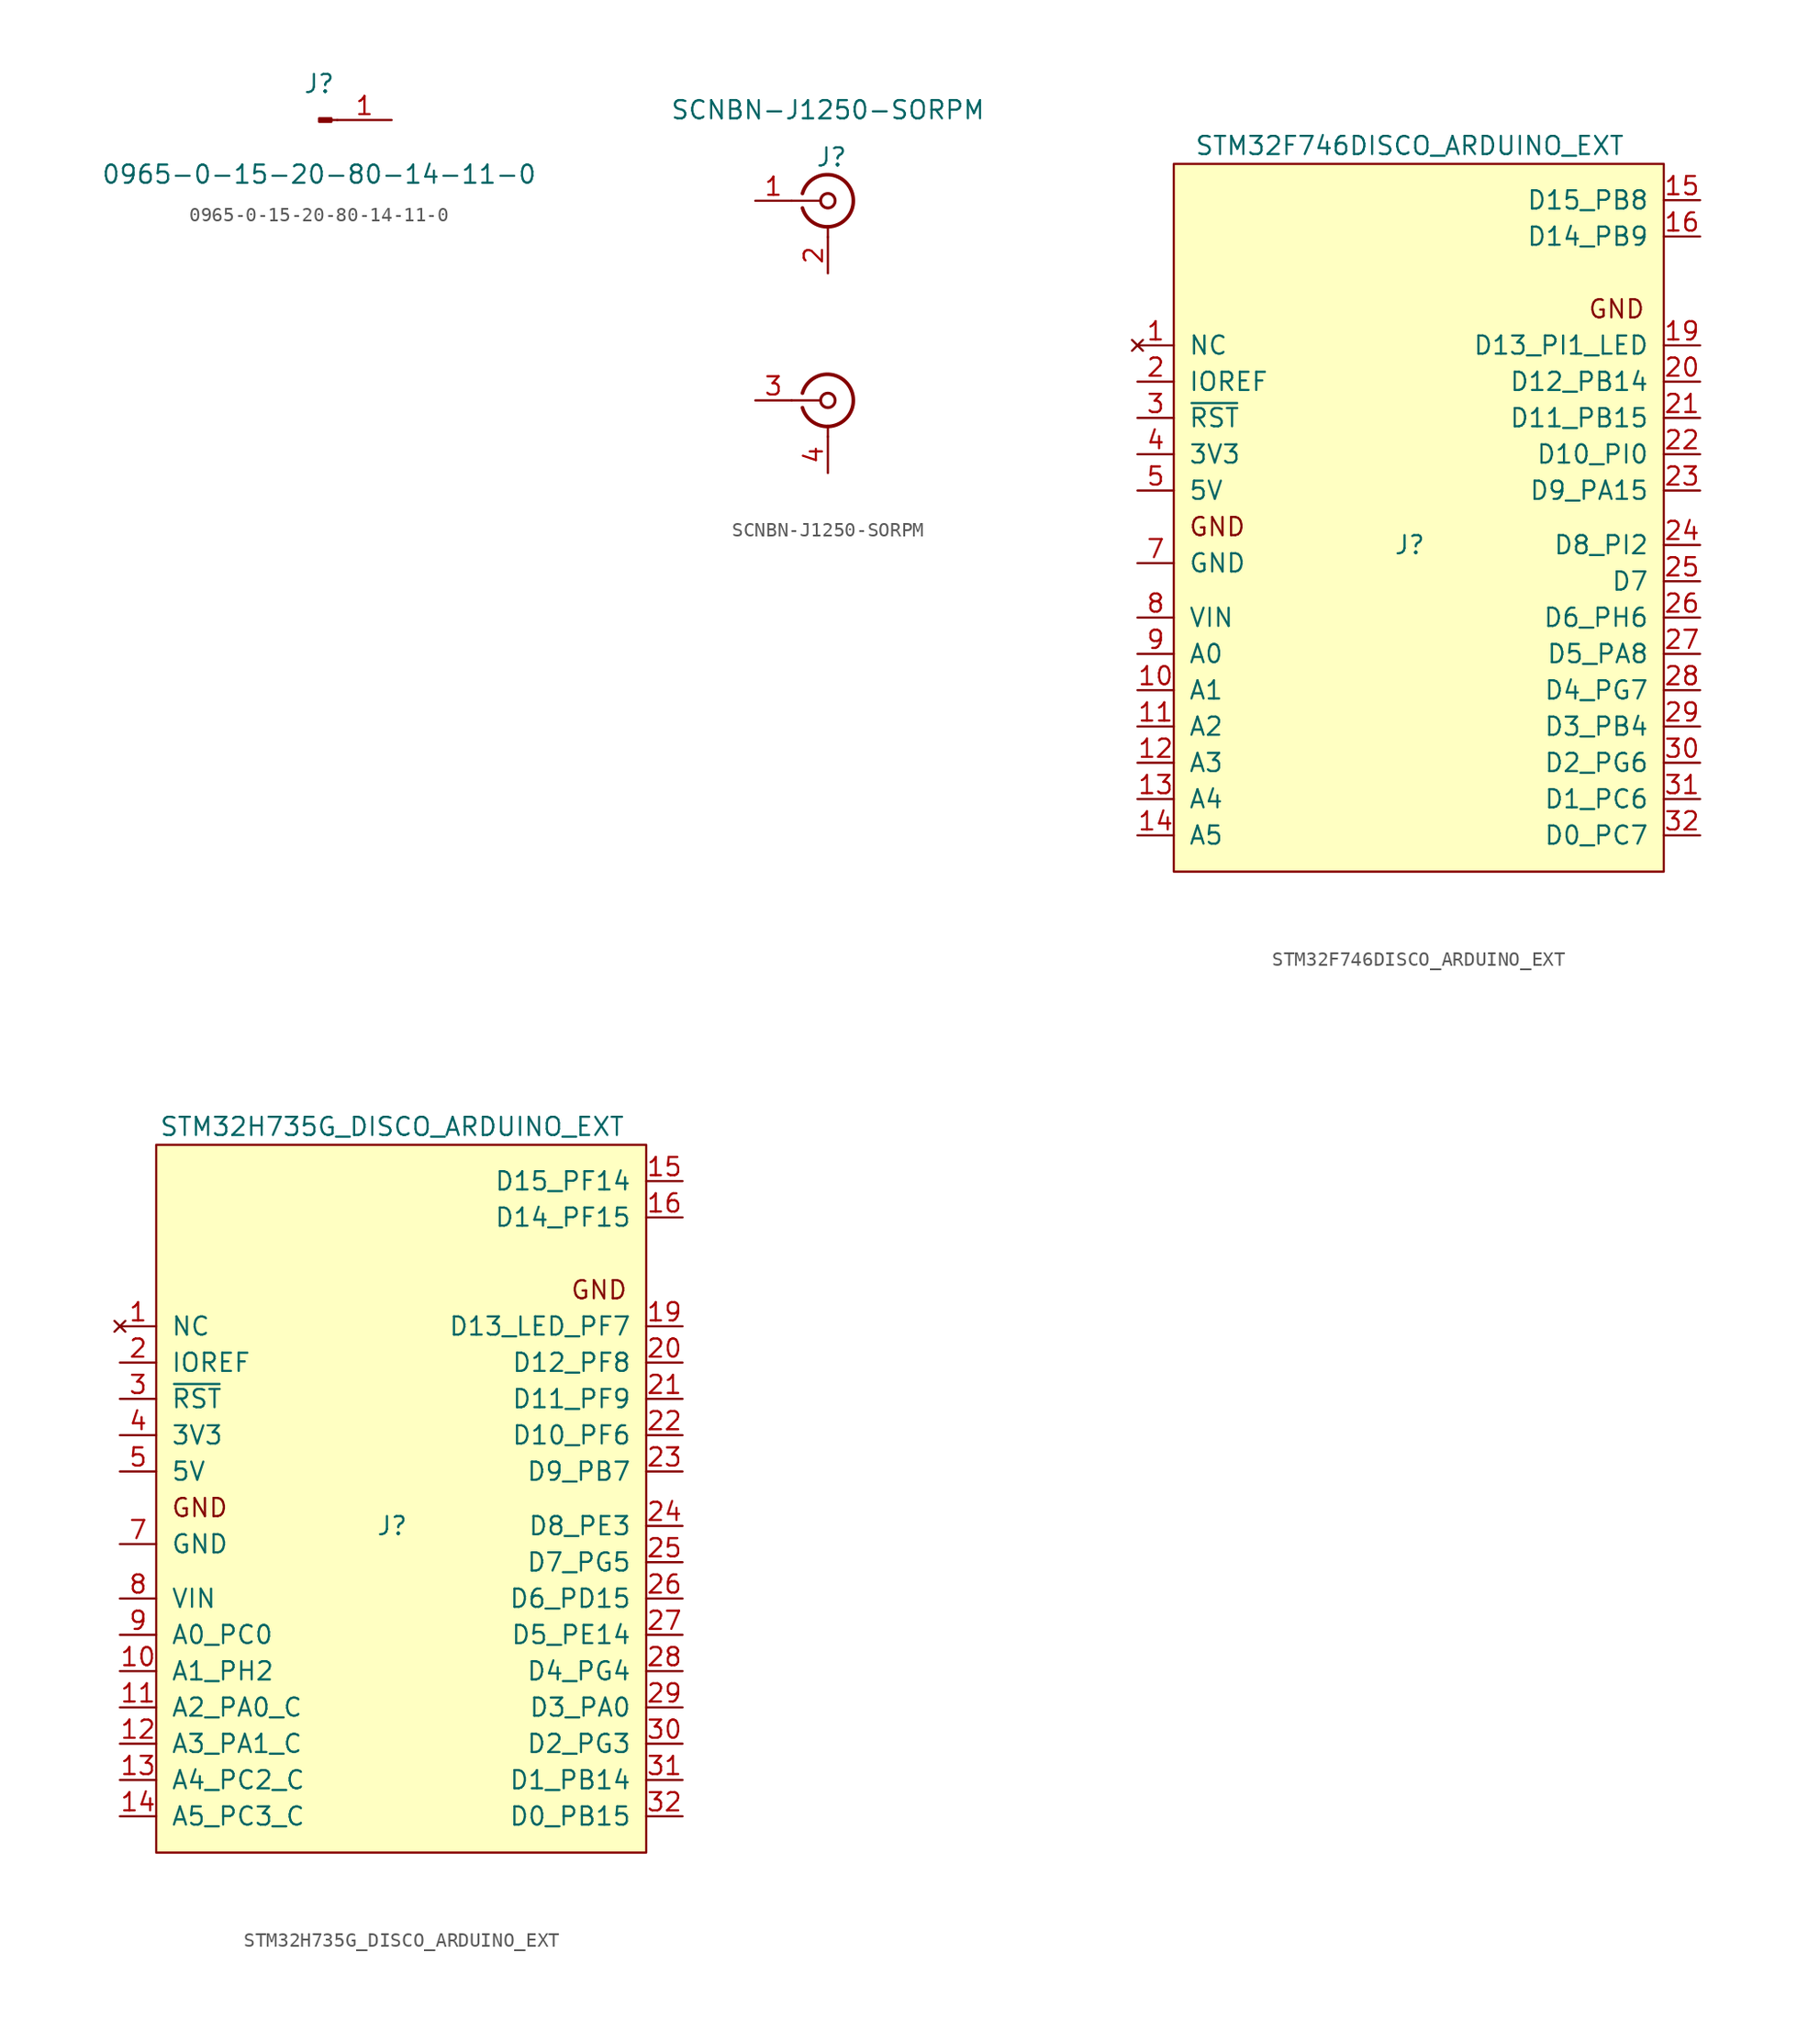
<source format=kicad_sym>
(kicad_symbol_lib
  (version 20211014)
  (generator kicad_symbol_editor)
  (symbol "0965-0-15-20-80-14-11-0"
    (pin_names
      (offset 1.016) hide)
    (property "Reference" "J"
      (at 0 2.54 0)
      (effects (font (size 1.27 1.27))))
    (property "Value" "0965-0-15-20-80-14-11-0"
      (at 0 -3.81 0)
      (effects (font (size 1.27 1.27))))
    (symbol "0965-0-15-20-80-14-11-0_1_1"
      (polyline (pts (xy 1.27 0) (xy 0.864 0)) (stroke (width 0.152) (type default) (color 0 0 0 0)) (fill (type none)))
      (rectangle (start 0.864 0.127) (end 0 -0.127) (stroke (width 0.152) (type default) (color 0 0 0 0)) (fill (type outline)))
      (pin passive line (at 5.08 0 180) (length 3.81) (name "Pin_1" (effects (font (size 1.27 1.27)))) (number "1" (effects (font (size 1.27 1.27)))))))
  (symbol "SCNBN-J1250-SORPM"
    (pin_names
      (offset 1.016) hide)
    (property "Reference" "J"
      (at 0.254 3.048 0)
      (effects (font (size 1.27 1.27))))
    (property "Value" "SCNBN-J1250-SORPM"
      (at 0 6.35 0)
      (effects (font (size 1.27 1.27))))
    (symbol "SCNBN-J1250-SORPM_0_1"
      (arc (start -1.778 -14.478) (mid 0.222 -15.778) (end 1.778 -13.97) (stroke (width 0.254) (type default) (color 0 0 0 0)) (fill (type none)))
      (arc (start -1.778 -0.508) (mid 0.2311 -1.8066) (end 1.778 0) (stroke (width 0.254) (type default) (color 0 0 0 0)) (fill (type none)))
      (circle (center 0 -13.97) (radius 0.508) (stroke (width 0.203) (type default) (color 0 0 0 0)) (fill (type none)))
      (polyline (pts (xy -2.54 -13.97) (xy -0.508 -13.97)) (stroke (width 0) (type default) (color 0 0 0 0)) (fill (type none)))
      (polyline (pts (xy -2.54 0) (xy -0.508 0)) (stroke (width 0) (type default) (color 0 0 0 0)) (fill (type none)))
      (polyline (pts (xy 0 -16.51) (xy 0 -15.748)) (stroke (width 0) (type default) (color 0 0 0 0)) (fill (type none)))
      (polyline (pts (xy 0 -2.54) (xy 0 -1.778)) (stroke (width 0) (type default) (color 0 0 0 0)) (fill (type none)))
      (circle (center 0 0) (radius 0.508) (stroke (width 0.203) (type default) (color 0 0 0 0)) (fill (type none)))
      (arc (start 1.778 -13.97) (mid 0.2221 -12.1617) (end -1.778 -13.462) (stroke (width 0.254) (type default) (color 0 0 0 0)) (fill (type none)))
      (arc (start 1.778 0) (mid 0.2099 1.8101) (end -1.778 0.508) (stroke (width 0.254) (type default) (color 0 0 0 0)) (fill (type none))))
    (symbol "SCNBN-J1250-SORPM_1_1"
      (pin passive line (at -5.08 0 0) (length 2.54) (name "In" (effects (font (size 1.27 1.27)))) (number "1" (effects (font (size 1.27 1.27)))))
      (pin passive line (at 0 -5.08 90) (length 2.54) (name "Ext" (effects (font (size 1.27 1.27)))) (number "2" (effects (font (size 1.27 1.27)))))
      (pin passive line (at -5.08 -13.97 0) (length 2.54) (name "In" (effects (font (size 1.27 1.27)))) (number "3" (effects (font (size 1.27 1.27)))))
      (pin passive line (at 0 -19.05 90) (length 2.54) (name "Ext" (effects (font (size 1.27 1.27)))) (number "4" (effects (font (size 1.27 1.27)))))))
  (symbol "STM32F746DISCO_ARDUINO_EXT"
    (pin_names
      (offset 1.016))
    (property "Reference" "J"
      (at 0 0 0)
      (effects (font (size 1.27 1.27))))
    (property "Value" "STM32F746DISCO_ARDUINO_EXT"
      (at 0 27.94 0)
      (effects (font (size 1.27 1.27))))
    (symbol "STM32F746DISCO_ARDUINO_EXT_0_0"
      (text "GND" (at -11.43 1.27 0) (effects (font (size 1.27 1.27)) (justify right)))
      (text "GND" (at 16.51 16.51 0) (effects (font (size 1.27 1.27)) (justify right)))
      (pin input line (at 20.32 -20.32 180) (length 2.54) (name "D0_PC7" (effects (font (size 1.27 1.27)))) (number "32" (effects (font (size 1.27 1.27))))))
    (symbol "STM32F746DISCO_ARDUINO_EXT_0_1"
      (rectangle (start 17.78 26.67) (end -16.51 -22.86) (stroke (width 0) (type default) (color 0 0 0 0)) (fill (type background))))
    (symbol "STM32F746DISCO_ARDUINO_EXT_1_1"
      (pin no_connect line (at -19.05 13.97 0) (length 2.54) (name "NC" (effects (font (size 1.27 1.27)))) (number "1" (effects (font (size 1.27 1.27)))))
      (pin input line (at -19.05 -10.16 0) (length 2.54) (name "A1" (effects (font (size 1.27 1.27)))) (number "10" (effects (font (size 1.27 1.27)))))
      (pin input line (at -19.05 -12.7 0) (length 2.54) (name "A2" (effects (font (size 1.27 1.27)))) (number "11" (effects (font (size 1.27 1.27)))))
      (pin input line (at -19.05 -15.24 0) (length 2.54) (name "A3" (effects (font (size 1.27 1.27)))) (number "12" (effects (font (size 1.27 1.27)))))
      (pin input line (at -19.05 -17.78 0) (length 2.54) (name "A4" (effects (font (size 1.27 1.27)))) (number "13" (effects (font (size 1.27 1.27)))))
      (pin input line (at -19.05 -20.32 0) (length 2.54) (name "A5" (effects (font (size 1.27 1.27)))) (number "14" (effects (font (size 1.27 1.27)))))
      (pin input line (at 20.32 24.13 180) (length 2.54) (name "D15_PB8" (effects (font (size 1.27 1.27)))) (number "15" (effects (font (size 1.27 1.27)))))
      (pin input line (at 20.32 21.59 180) (length 2.54) (name "D14_PB9" (effects (font (size 1.27 1.27)))) (number "16" (effects (font (size 1.27 1.27)))))
      (pin passive line (at -19.05 6.35 0) (length 2.54) hide (name "AVDD" (effects (font (size 1.27 1.27)))) (number "17" (effects (font (size 1.27 1.27)))))
      (pin passive line (at -19.05 -1.27 0) (length 2.54) hide (name "GND" (effects (font (size 1.27 1.27)))) (number "18" (effects (font (size 1.27 1.27)))))
      (pin input line (at 20.32 13.97 180) (length 2.54) (name "D13_PI1_LED" (effects (font (size 1.27 1.27)))) (number "19" (effects (font (size 1.27 1.27)))))
      (pin input line (at -19.05 11.43 0) (length 2.54) (name "IOREF" (effects (font (size 1.27 1.27)))) (number "2" (effects (font (size 1.27 1.27)))))
      (pin input line (at 20.32 11.43 180) (length 2.54) (name "D12_PB14" (effects (font (size 1.27 1.27)))) (number "20" (effects (font (size 1.27 1.27)))))
      (pin input line (at 20.32 8.89 180) (length 2.54) (name "D11_PB15" (effects (font (size 1.27 1.27)))) (number "21" (effects (font (size 1.27 1.27)))))
      (pin input line (at 20.32 6.35 180) (length 2.54) (name "D10_PI0" (effects (font (size 1.27 1.27)))) (number "22" (effects (font (size 1.27 1.27)))))
      (pin input line (at 20.32 3.81 180) (length 2.54) (name "D9_PA15" (effects (font (size 1.27 1.27)))) (number "23" (effects (font (size 1.27 1.27)))))
      (pin input line (at 20.32 0 180) (length 2.54) (name "D8_PI2" (effects (font (size 1.27 1.27)))) (number "24" (effects (font (size 1.27 1.27)))))
      (pin input line (at 20.32 -2.54 180) (length 2.54) (name "D7" (effects (font (size 1.27 1.27)))) (number "25" (effects (font (size 1.27 1.27)))))
      (pin input line (at 20.32 -5.08 180) (length 2.54) (name "D6_PH6" (effects (font (size 1.27 1.27)))) (number "26" (effects (font (size 1.27 1.27)))))
      (pin input line (at 20.32 -7.62 180) (length 2.54) (name "D5_PA8" (effects (font (size 1.27 1.27)))) (number "27" (effects (font (size 1.27 1.27)))))
      (pin input line (at 20.32 -10.16 180) (length 2.54) (name "D4_PG7" (effects (font (size 1.27 1.27)))) (number "28" (effects (font (size 1.27 1.27)))))
      (pin input line (at 20.32 -12.7 180) (length 2.54) (name "D3_PB4" (effects (font (size 1.27 1.27)))) (number "29" (effects (font (size 1.27 1.27)))))
      (pin input line (at -19.05 8.89 0) (length 2.54) (name "~{RST}" (effects (font (size 1.27 1.27)))) (number "3" (effects (font (size 1.27 1.27)))))
      (pin input line (at 20.32 -15.24 180) (length 2.54) (name "D2_PG6" (effects (font (size 1.27 1.27)))) (number "30" (effects (font (size 1.27 1.27)))))
      (pin input line (at 20.32 -17.78 180) (length 2.54) (name "D1_PC6" (effects (font (size 1.27 1.27)))) (number "31" (effects (font (size 1.27 1.27)))))
      (pin input line (at -19.05 6.35 0) (length 2.54) (name "3V3" (effects (font (size 1.27 1.27)))) (number "4" (effects (font (size 1.27 1.27)))))
      (pin input line (at -19.05 3.81 0) (length 2.54) (name "5V" (effects (font (size 1.27 1.27)))) (number "5" (effects (font (size 1.27 1.27)))))
      (pin power_in line (at -19.05 -1.27 0) (length 2.54) hide (name "GND" (effects (font (size 1.27 1.27)))) (number "6" (effects (font (size 1.27 1.27)))))
      (pin power_in line (at -19.05 -1.27 0) (length 2.54) (name "GND" (effects (font (size 1.27 1.27)))) (number "7" (effects (font (size 1.27 1.27)))))
      (pin input line (at -19.05 -5.08 0) (length 2.54) (name "VIN" (effects (font (size 1.27 1.27)))) (number "8" (effects (font (size 1.27 1.27)))))
      (pin input line (at -19.05 -7.62 0) (length 2.54) (name "A0" (effects (font (size 1.27 1.27)))) (number "9" (effects (font (size 1.27 1.27)))))))
  (symbol "STM32H735G_DISCO_ARDUINO_EXT"
    (pin_names
      (offset 1.016))
    (property "Reference" "J"
      (at 0 0 0)
      (effects (font (size 1.27 1.27))))
    (property "Value" "STM32H735G_DISCO_ARDUINO_EXT"
      (at 0 27.94 0)
      (effects (font (size 1.27 1.27))))
    (symbol "STM32H735G_DISCO_ARDUINO_EXT_0_0"
      (text "GND" (at -11.43 1.27 0) (effects (font (size 1.27 1.27)) (justify right)))
      (text "GND" (at 16.51 16.51 0) (effects (font (size 1.27 1.27)) (justify right)))
      (pin tri_state line (at 20.32 -20.32 180) (length 2.54) (name "D0_PB15" (effects (font (size 1.27 1.27)))) (number "32" (effects (font (size 1.27 1.27))))))
    (symbol "STM32H735G_DISCO_ARDUINO_EXT_0_1"
      (rectangle (start 17.78 26.67) (end -16.51 -22.86) (stroke (width 0) (type default) (color 0 0 0 0)) (fill (type background))))
    (symbol "STM32H735G_DISCO_ARDUINO_EXT_1_1"
      (pin no_connect line (at -19.05 13.97 0) (length 2.54) (name "NC" (effects (font (size 1.27 1.27)))) (number "1" (effects (font (size 1.27 1.27)))))
      (pin tri_state line (at -19.05 -10.16 0) (length 2.54) (name "A1_PH2" (effects (font (size 1.27 1.27)))) (number "10" (effects (font (size 1.27 1.27)))))
      (pin tri_state line (at -19.05 -12.7 0) (length 2.54) (name "A2_PA0_C" (effects (font (size 1.27 1.27)))) (number "11" (effects (font (size 1.27 1.27)))))
      (pin tri_state line (at -19.05 -15.24 0) (length 2.54) (name "A3_PA1_C" (effects (font (size 1.27 1.27)))) (number "12" (effects (font (size 1.27 1.27)))))
      (pin tri_state line (at -19.05 -17.78 0) (length 2.54) (name "A4_PC2_C" (effects (font (size 1.27 1.27)))) (number "13" (effects (font (size 1.27 1.27)))))
      (pin tri_state line (at -19.05 -20.32 0) (length 2.54) (name "A5_PC3_C" (effects (font (size 1.27 1.27)))) (number "14" (effects (font (size 1.27 1.27)))))
      (pin tri_state line (at 20.32 24.13 180) (length 2.54) (name "D15_PF14" (effects (font (size 1.27 1.27)))) (number "15" (effects (font (size 1.27 1.27)))))
      (pin tri_state line (at 20.32 21.59 180) (length 2.54) (name "D14_PF15" (effects (font (size 1.27 1.27)))) (number "16" (effects (font (size 1.27 1.27)))))
      (pin passive line (at -19.05 6.35 0) (length 2.54) hide (name "AVDD" (effects (font (size 1.27 1.27)))) (number "17" (effects (font (size 1.27 1.27)))))
      (pin passive line (at -19.05 -1.27 0) (length 2.54) hide (name "GND" (effects (font (size 1.27 1.27)))) (number "18" (effects (font (size 1.27 1.27)))))
      (pin tri_state line (at 20.32 13.97 180) (length 2.54) (name "D13_LED_PF7" (effects (font (size 1.27 1.27)))) (number "19" (effects (font (size 1.27 1.27)))))
      (pin input line (at -19.05 11.43 0) (length 2.54) (name "IOREF" (effects (font (size 1.27 1.27)))) (number "2" (effects (font (size 1.27 1.27)))))
      (pin tri_state line (at 20.32 11.43 180) (length 2.54) (name "D12_PF8" (effects (font (size 1.27 1.27)))) (number "20" (effects (font (size 1.27 1.27)))))
      (pin tri_state line (at 20.32 8.89 180) (length 2.54) (name "D11_PF9" (effects (font (size 1.27 1.27)))) (number "21" (effects (font (size 1.27 1.27)))))
      (pin tri_state line (at 20.32 6.35 180) (length 2.54) (name "D10_PF6" (effects (font (size 1.27 1.27)))) (number "22" (effects (font (size 1.27 1.27)))))
      (pin tri_state line (at 20.32 3.81 180) (length 2.54) (name "D9_PB7" (effects (font (size 1.27 1.27)))) (number "23" (effects (font (size 1.27 1.27)))))
      (pin tri_state line (at 20.32 0 180) (length 2.54) (name "D8_PE3" (effects (font (size 1.27 1.27)))) (number "24" (effects (font (size 1.27 1.27)))))
      (pin tri_state line (at 20.32 -2.54 180) (length 2.54) (name "D7_PG5" (effects (font (size 1.27 1.27)))) (number "25" (effects (font (size 1.27 1.27)))))
      (pin tri_state line (at 20.32 -5.08 180) (length 2.54) (name "D6_PD15" (effects (font (size 1.27 1.27)))) (number "26" (effects (font (size 1.27 1.27)))))
      (pin tri_state line (at 20.32 -7.62 180) (length 2.54) (name "D5_PE14" (effects (font (size 1.27 1.27)))) (number "27" (effects (font (size 1.27 1.27)))))
      (pin tri_state line (at 20.32 -10.16 180) (length 2.54) (name "D4_PG4" (effects (font (size 1.27 1.27)))) (number "28" (effects (font (size 1.27 1.27)))))
      (pin tri_state line (at 20.32 -12.7 180) (length 2.54) (name "D3_PA0" (effects (font (size 1.27 1.27)))) (number "29" (effects (font (size 1.27 1.27)))))
      (pin input line (at -19.05 8.89 0) (length 2.54) (name "~{RST}" (effects (font (size 1.27 1.27)))) (number "3" (effects (font (size 1.27 1.27)))))
      (pin tri_state line (at 20.32 -15.24 180) (length 2.54) (name "D2_PG3" (effects (font (size 1.27 1.27)))) (number "30" (effects (font (size 1.27 1.27)))))
      (pin tri_state line (at 20.32 -17.78 180) (length 2.54) (name "D1_PB14" (effects (font (size 1.27 1.27)))) (number "31" (effects (font (size 1.27 1.27)))))
      (pin input line (at -19.05 6.35 0) (length 2.54) (name "3V3" (effects (font (size 1.27 1.27)))) (number "4" (effects (font (size 1.27 1.27)))))
      (pin input line (at -19.05 3.81 0) (length 2.54) (name "5V" (effects (font (size 1.27 1.27)))) (number "5" (effects (font (size 1.27 1.27)))))
      (pin power_in line (at -19.05 -1.27 0) (length 2.54) hide (name "GND" (effects (font (size 1.27 1.27)))) (number "6" (effects (font (size 1.27 1.27)))))
      (pin power_in line (at -19.05 -1.27 0) (length 2.54) (name "GND" (effects (font (size 1.27 1.27)))) (number "7" (effects (font (size 1.27 1.27)))))
      (pin input line (at -19.05 -5.08 0) (length 2.54) (name "VIN" (effects (font (size 1.27 1.27)))) (number "8" (effects (font (size 1.27 1.27)))))
      (pin tri_state line (at -19.05 -7.62 0) (length 2.54) (name "A0_PC0" (effects (font (size 1.27 1.27)))) (number "9" (effects (font (size 1.27 1.27))))))))
</source>
